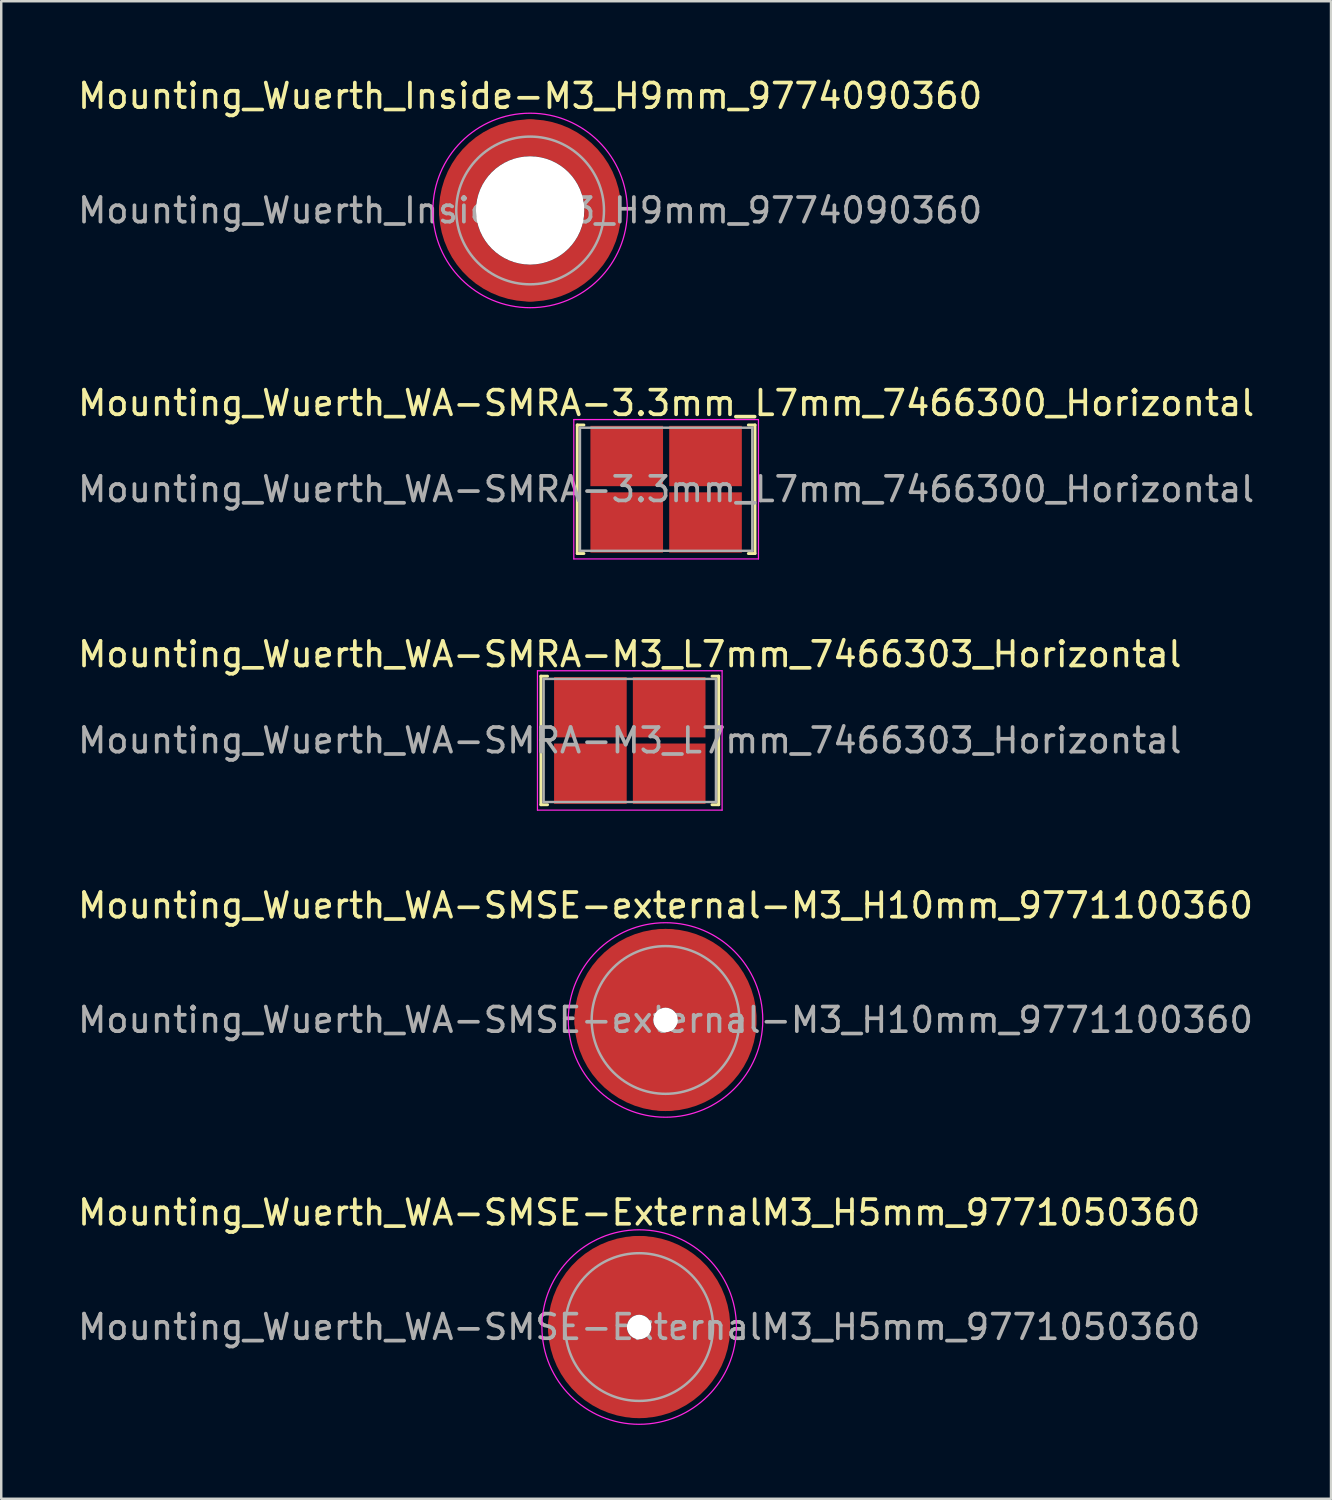
<source format=kicad_pcb>
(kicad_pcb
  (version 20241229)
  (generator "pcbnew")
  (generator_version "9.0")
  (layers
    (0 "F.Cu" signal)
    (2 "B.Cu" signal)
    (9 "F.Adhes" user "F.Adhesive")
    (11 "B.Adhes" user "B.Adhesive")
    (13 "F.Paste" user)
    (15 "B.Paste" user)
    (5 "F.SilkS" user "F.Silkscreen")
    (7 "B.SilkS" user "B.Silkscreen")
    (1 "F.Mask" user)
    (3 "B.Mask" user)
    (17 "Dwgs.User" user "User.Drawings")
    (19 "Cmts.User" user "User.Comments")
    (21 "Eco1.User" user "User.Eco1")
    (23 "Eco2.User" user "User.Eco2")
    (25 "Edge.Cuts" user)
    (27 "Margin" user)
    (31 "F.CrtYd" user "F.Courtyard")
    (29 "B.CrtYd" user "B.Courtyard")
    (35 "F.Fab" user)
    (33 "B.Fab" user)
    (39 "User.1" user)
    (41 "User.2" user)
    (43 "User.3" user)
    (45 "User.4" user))
  (footprint "Mounting_Wuerth_WA-SMRA-M3_L7mm_7466303_Horizontal"
    (layer "F.Cu")
    (at 22.53 27.025)
    (property "Reference" "Mounting_Wuerth_WA-SMRA-M3_L7mm_7466303_Horizontal" (at 0 -3.5 0) (layer "F.SilkS") (effects (font (size 1 1) (thickness 0.15))))
    (attr smd)
    (fp_line (start -3.61 -2.61) (end -3.61 2.61) (stroke (width 0.12) (type solid)) (layer "F.SilkS"))
    (fp_line (start -3.61 2.61) (end -3.34 2.61) (stroke (width 0.12) (type solid)) (layer "F.SilkS"))
    (fp_line (start -3.34 -2.61) (end -3.61 -2.61) (stroke (width 0.12) (type solid)) (layer "F.SilkS"))
    (fp_line (start 3.34 2.61) (end 3.61 2.61) (stroke (width 0.12) (type solid)) (layer "F.SilkS"))
    (fp_line (start 3.61 -2.61) (end 3.34 -2.61) (stroke (width 0.12) (type solid)) (layer "F.SilkS"))
    (fp_line (start 3.61 2.61) (end 3.61 -2.61) (stroke (width 0.12) (type solid)) (layer "F.SilkS"))
    (fp_line (start -3.75 -2.83) (end -3.75 2.83) (stroke (width 0.05) (type solid)) (layer "F.CrtYd"))
    (fp_line (start 3.75 -2.83) (end -3.75 -2.83) (stroke (width 0.05) (type solid)) (layer "F.CrtYd"))
    (fp_line (start 3.75 -2.83) (end 3.75 2.83) (stroke (width 0.05) (type solid)) (layer "F.CrtYd"))
    (fp_line (start 3.75 2.83) (end -3.75 2.83) (stroke (width 0.05) (type solid)) (layer "F.CrtYd"))
    (fp_line (start -3.5 -2.5) (end -3.5 2.5) (stroke (width 0.1) (type solid)) (layer "F.Fab"))
    (fp_line (start -3.5 2.5) (end 3.5 2.5) (stroke (width 0.1) (type solid)) (layer "F.Fab"))
    (fp_line (start 3.5 -2.5) (end -3.5 -2.5) (stroke (width 0.1) (type solid)) (layer "F.Fab"))
    (fp_line (start 3.5 2.5) (end 3.5 -2.5) (stroke (width 0.1) (type solid)) (layer "F.Fab"))
    (fp_text user "${REFERENCE}" (at 0 0 0) (layer "F.Fab") (effects (font (size 1 1) (thickness 0.15))))
    (pad "1" smd rect (at -1.6 -1.35) (size 2.95 2.45) (layers "F.Cu" "F.Mask" "F.Paste"))
    (pad "1" smd rect (at -1.6 1.35) (size 2.95 2.45) (layers "F.Cu" "F.Mask" "F.Paste"))
    (pad "1" smd rect (at 1.6 -1.35) (size 2.95 2.45) (layers "F.Cu" "F.Mask" "F.Paste"))
    (pad "1" smd rect (at 1.6 1.35) (size 2.95 2.45) (layers "F.Cu" "F.Mask" "F.Paste")))
  (footprint "Mounting_Wuerth_WA-SMSE-external-M3_H10mm_9771100360"
    (layer "F.Cu")
    (at 23.982 38.378)
    (property "Reference" "Mounting_Wuerth_WA-SMSE-external-M3_H10mm_9771100360" (at 0 -4.65 0) (layer "F.SilkS") (effects (font (size 1 1) (thickness 0.15))))
    (attr smd)
    (fp_circle (center 0 0) (end 3.95 0) (stroke (width 0.05) (type solid)) (fill no) (layer "F.CrtYd"))
    (fp_circle (center 0 0) (end 3 0) (stroke (width 0.1) (type solid)) (fill no) (layer "F.Fab"))
    (fp_text user "${REFERENCE}" (at 0 0 0) (layer "F.Fab") (effects (font (size 1 1) (thickness 0.15))))
    (pad "" smd custom (at 0 -2.1) (size 3 3) (layers "F.Paste") (options (anchor circle)) (primitives (gr_arc (start -0.429069 0.82) (mid 0 0.75) (end 0.429069 0.82) (width 1.5)) (gr_arc (start -1.664812 0.82) (mid 0 0) (end 1.664812 0.82) (width 1.5)) (gr_arc (start -2.54639 0.82) (mid 0 -0.75) (end 2.54639 0.82) (width 1.5)) (gr_line (start 0.429 0.82) (end 2.546 0.82) (width 1.5)) (gr_line (start -0.429 0.82) (end -2.546 0.82) (width 1.5))))
    (pad "" np_thru_hole circle (at 0 0) (size 1 1) (drill 1) (layers "*.Cu" "*.Mask"))
    (pad "" smd custom (at 0 2.1) (size 3 3) (layers "F.Paste") (options (anchor circle)) (primitives (gr_arc (start 0.429069 -0.82) (mid 0 -0.75) (end -0.429069 -0.82) (width 1.5)) (gr_arc (start 1.664812 -0.82) (mid 0 0) (end -1.664812 -0.82) (width 1.5)) (gr_arc (start 2.54639 -0.82) (mid 0 0.75) (end -2.54639 -0.82) (width 1.5)) (gr_line (start -0.429 -0.82) (end -2.546 -0.82) (width 1.5)) (gr_line (start 0.429 -0.82) (end 2.546 -0.82) (width 1.5))))
    (pad "1" smd circle (at -2.1 0) (size 3.2 3.2) (layers "F.Cu"))
    (pad "1" smd circle (at 0 -2.1) (size 3.2 3.2) (layers "F.Cu"))
    (pad "1" smd circle (at 0 2.1) (size 3.2 3.2) (layers "F.Cu"))
    (pad "1" smd custom (at 2.1 0) (size 3.2 3.2) (layers "F.Cu" "F.Mask") (options (anchor circle)) (primitives (gr_circle (center -2.1 0) (end 0 0) (width 3.2) (fill no)))))
  (footprint "Mounting_Wuerth_WA-SMRA-3.3mm_L7mm_7466300_Horizontal"
    (layer "F.Cu")
    (at 24.006 16.822)
    (property "Reference" "Mounting_Wuerth_WA-SMRA-3.3mm_L7mm_7466300_Horizontal" (at 0 -3.5 0) (layer "F.SilkS") (effects (font (size 1 1) (thickness 0.15))))
    (attr smd)
    (fp_line (start -3.61 -2.61) (end -3.61 2.61) (stroke (width 0.12) (type solid)) (layer "F.SilkS"))
    (fp_line (start -3.61 2.61) (end -3.34 2.61) (stroke (width 0.12) (type solid)) (layer "F.SilkS"))
    (fp_line (start -3.34 -2.61) (end -3.61 -2.61) (stroke (width 0.12) (type solid)) (layer "F.SilkS"))
    (fp_line (start 3.34 2.61) (end 3.61 2.61) (stroke (width 0.12) (type solid)) (layer "F.SilkS"))
    (fp_line (start 3.61 -2.61) (end 3.34 -2.61) (stroke (width 0.12) (type solid)) (layer "F.SilkS"))
    (fp_line (start 3.61 2.61) (end 3.61 -2.61) (stroke (width 0.12) (type solid)) (layer "F.SilkS"))
    (fp_line (start -3.75 -2.83) (end -3.75 2.83) (stroke (width 0.05) (type solid)) (layer "F.CrtYd"))
    (fp_line (start 3.75 -2.83) (end -3.75 -2.83) (stroke (width 0.05) (type solid)) (layer "F.CrtYd"))
    (fp_line (start 3.75 -2.83) (end 3.75 2.83) (stroke (width 0.05) (type solid)) (layer "F.CrtYd"))
    (fp_line (start 3.75 2.83) (end -3.75 2.83) (stroke (width 0.05) (type solid)) (layer "F.CrtYd"))
    (fp_line (start -3.5 -2.5) (end -3.5 2.5) (stroke (width 0.1) (type solid)) (layer "F.Fab"))
    (fp_line (start -3.5 2.5) (end 3.5 2.5) (stroke (width 0.1) (type solid)) (layer "F.Fab"))
    (fp_line (start 3.5 -2.5) (end -3.5 -2.5) (stroke (width 0.1) (type solid)) (layer "F.Fab"))
    (fp_line (start 3.5 2.5) (end 3.5 -2.5) (stroke (width 0.1) (type solid)) (layer "F.Fab"))
    (fp_text user "${REFERENCE}" (at 0 0 0) (layer "F.Fab") (effects (font (size 1 1) (thickness 0.15))))
    (pad "1" smd rect (at -1.6 -1.35) (size 2.95 2.45) (layers "F.Cu" "F.Mask" "F.Paste"))
    (pad "1" smd rect (at -1.6 1.35) (size 2.95 2.45) (layers "F.Cu" "F.Mask" "F.Paste"))
    (pad "1" smd rect (at 1.6 -1.35) (size 2.95 2.45) (layers "F.Cu" "F.Mask" "F.Paste"))
    (pad "1" smd rect (at 1.6 1.35) (size 2.95 2.45) (layers "F.Cu" "F.Mask" "F.Paste")))
  (footprint "Mounting_Wuerth_WA-SMSE-ExternalM3_H5mm_9771050360"
    (layer "F.Cu")
    (at 22.911 50.851)
    (property "Reference" "Mounting_Wuerth_WA-SMSE-ExternalM3_H5mm_9771050360" (at 0 -4.65 0) (layer "F.SilkS") (effects (font (size 1 1) (thickness 0.15))))
    (attr smd)
    (fp_circle (center 0 0) (end 3.95 0) (stroke (width 0.05) (type solid)) (fill no) (layer "F.CrtYd"))
    (fp_circle (center 0 0) (end 3 0) (stroke (width 0.1) (type solid)) (fill no) (layer "F.Fab"))
    (fp_text user "${REFERENCE}" (at 0 0 0) (layer "F.Fab") (effects (font (size 1 1) (thickness 0.15))))
    (pad "" smd custom (at 0 -2.1) (size 1.5 1.5) (layers "F.Paste") (options (anchor circle)) (primitives (gr_arc (start -0.305123 1.47) (mid 0 1.4) (end 0.305123 1.47) (width 0.2)) (gr_arc (start -0.493052 1.47) (mid 0 1.3) (end 0.493052 1.47) (width 0.2)) (gr_arc (start -0.642729 1.47) (mid 0 1.2) (end 0.642729 1.47) (width 0.2)) (gr_arc (start -0.776595 1.47) (mid 0 1.1) (end 0.776595 1.47) (width 0.2)) (gr_arc (start -0.901721 1.47) (mid 0 1) (end 0.901721 1.47) (width 0.2)) (gr_arc (start -1.021323 1.47) (mid 0 0.9) (end 1.021323 1.47) (width 0.2)) (gr_arc (start -1.137146 1.47) (mid 0 0.8) (end 1.137146 1.47) (width 0.2)) (gr_arc (start -1.25024 1.47) (mid 0 0.7) (end 1.25024 1.47) (width 0.2)) (gr_arc (start -1.361286 1.47) (mid 0 0.6) (end 1.361286 1.47) (width 0.2)) (gr_arc (start -1.470748 1.47) (mid 0 0.5) (end 1.470748 1.47) (width 0.2)) (gr_arc (start -1.578955 1.47) (mid 0 0.4) (end 1.578955 1.47) (width 0.2)) (gr_arc (start -1.686149 1.47) (mid 0 0.3) (end 1.686149 1.47) (width 0.2)) (gr_arc (start -1.792512 1.47) (mid 0 0.2) (end 1.792512 1.47) (width 0.2)) (gr_arc (start -1.898183 1.47) (mid 0 0.1) (end 1.898183 1.47) (width 0.2)) (gr_arc (start -2.003272 1.47) (mid 0 0) (end 2.003272 1.47) (width 0.2)) (gr_arc (start -2.107866 1.47) (mid 0 -0.1) (end 2.107866 1.47) (width 0.2)) (gr_arc (start -2.212035 1.47) (mid 0 -0.2) (end 2.212035 1.47) (width 0.2)) (gr_arc (start -2.315837 1.47) (mid 0 -0.3) (end 2.315837 1.47) (width 0.2)) (gr_arc (start -2.419318 1.47) (mid 0 -0.4) (end 2.419318 1.47) (width 0.2)) (gr_arc (start -2.522519 1.47) (mid 0 -0.5) (end 2.522519 1.47) (width 0.2)) (gr_arc (start -2.625471 1.47) (mid 0 -0.6) (end 2.625471 1.47) (width 0.2)) (gr_arc (start -2.728205 1.47) (mid 0 -0.7) (end 2.728205 1.47) (width 0.2)) (gr_arc (start -2.830742 1.47) (mid 0 -0.8) (end 2.830742 1.47) (width 0.2)) (gr_arc (start -2.933104 1.47) (mid 0 -0.9) (end 2.933104 1.47) (width 0.2)) (gr_arc (start -3.035309 1.47) (mid 0 -1) (end 3.035309 1.47) (width 0.2)) (gr_arc (start -3.137372 1.47) (mid 0 -1.1) (end 3.137372 1.47) (width 0.2)) (gr_arc (start -3.239305 1.47) (mid 0 -1.2) (end 3.239305 1.47) (width 0.2)) (gr_arc (start -3.341123 1.47) (mid 0 -1.3) (end 3.341123 1.47) (width 0.2)) (gr_arc (start -3.442833 1.47) (mid 0 -1.4) (end 3.442833 1.47) (width 0.2)) (gr_line (start 0.305 1.47) (end 3.443 1.47) (width 0.2)) (gr_line (start -0.305 1.47) (end -3.443 1.47) (width 0.2))))
    (pad "" np_thru_hole circle (at 0 0) (size 1 1) (drill 1) (layers "*.Cu" "*.Mask"))
    (pad "" smd custom (at 0 2.1) (size 1.5 1.5) (layers "F.Paste") (options (anchor circle)) (primitives (gr_arc (start 0.305123 -1.47) (mid 0 -1.4) (end -0.305123 -1.47) (width 0.2)) (gr_arc (start 0.493052 -1.47) (mid 0 -1.3) (end -0.493052 -1.47) (width 0.2)) (gr_arc (start 0.642729 -1.47) (mid 0 -1.2) (end -0.642729 -1.47) (width 0.2)) (gr_arc (start 0.776595 -1.47) (mid 0 -1.1) (end -0.776595 -1.47) (width 0.2)) (gr_arc (start 0.901721 -1.47) (mid 0 -1) (end -0.901721 -1.47) (width 0.2)) (gr_arc (start 1.021323 -1.47) (mid 0 -0.9) (end -1.021323 -1.47) (width 0.2)) (gr_arc (start 1.137146 -1.47) (mid 0 -0.8) (end -1.137146 -1.47) (width 0.2)) (gr_arc (start 1.25024 -1.47) (mid 0 -0.7) (end -1.25024 -1.47) (width 0.2)) (gr_arc (start 1.361286 -1.47) (mid 0 -0.6) (end -1.361286 -1.47) (width 0.2)) (gr_arc (start 1.470748 -1.47) (mid 0 -0.5) (end -1.470748 -1.47) (width 0.2)) (gr_arc (start 1.578955 -1.47) (mid 0 -0.4) (end -1.578955 -1.47) (width 0.2)) (gr_arc (start 1.686149 -1.47) (mid 0 -0.3) (end -1.686149 -1.47) (width 0.2)) (gr_arc (start 1.792512 -1.47) (mid 0 -0.2) (end -1.792512 -1.47) (width 0.2)) (gr_arc (start 1.898183 -1.47) (mid 0 -0.1) (end -1.898183 -1.47) (width 0.2)) (gr_arc (start 2.003272 -1.47) (mid 0 0) (end -2.003272 -1.47) (width 0.2)) (gr_arc (start 2.107866 -1.47) (mid 0 0.1) (end -2.107866 -1.47) (width 0.2)) (gr_arc (start 2.212035 -1.47) (mid 0 0.2) (end -2.212035 -1.47) (width 0.2)) (gr_arc (start 2.315837 -1.47) (mid 0 0.3) (end -2.315837 -1.47) (width 0.2)) (gr_arc (start 2.419318 -1.47) (mid 0 0.4) (end -2.419318 -1.47) (width 0.2)) (gr_arc (start 2.522519 -1.47) (mid 0 0.5) (end -2.522519 -1.47) (width 0.2)) (gr_arc (start 2.625471 -1.47) (mid 0 0.6) (end -2.625471 -1.47) (width 0.2)) (gr_arc (start 2.728205 -1.47) (mid 0 0.7) (end -2.728205 -1.47) (width 0.2)) (gr_arc (start 2.830742 -1.47) (mid 0 0.8) (end -2.830742 -1.47) (width 0.2)) (gr_arc (start 2.933104 -1.47) (mid 0 0.9) (end -2.933104 -1.47) (width 0.2)) (gr_arc (start 3.035309 -1.47) (mid 0 1) (end -3.035309 -1.47) (width 0.2)) (gr_arc (start 3.137372 -1.47) (mid 0 1.1) (end -3.137372 -1.47) (width 0.2)) (gr_arc (start 3.239305 -1.47) (mid 0 1.2) (end -3.239305 -1.47) (width 0.2)) (gr_arc (start 3.341123 -1.47) (mid 0 1.3) (end -3.341123 -1.47) (width 0.2)) (gr_arc (start 3.442833 -1.47) (mid 0 1.4) (end -3.442833 -1.47) (width 0.2)) (gr_line (start -0.305 -1.47) (end -3.443 -1.47) (width 0.2)) (gr_line (start 0.305 -1.47) (end 3.443 -1.47) (width 0.2))))
    (pad "1" smd circle (at -2.1 0) (size 3.2 3.2) (layers "F.Cu"))
    (pad "1" smd circle (at 0 -2.1) (size 3.2 3.2) (layers "F.Cu"))
    (pad "1" smd circle (at 0 2.1) (size 3.2 3.2) (layers "F.Cu"))
    (pad "1" smd custom (at 2.1 0) (size 3.2 3.2) (layers "F.Cu" "F.Mask") (options (anchor circle)) (primitives (gr_circle (center -2.1 0) (end 0 0) (width 3.2) (fill no)))))
  (footprint "Mounting_Wuerth_Inside-M3_H9mm_9774090360"
    (layer "F.Cu")
    (at 18.482 5.498)
    (property "Reference" "Mounting_Wuerth_Inside-M3_H9mm_9774090360" (at 0 -4.65 0) (layer "F.SilkS") (effects (font (size 1 1) (thickness 0.15))))
    (attr smd)
    (fp_circle (center 0 0) (end 3.95 0) (stroke (width 0.05) (type solid)) (fill no) (layer "F.CrtYd"))
    (fp_circle (center 0 0) (end 3 0) (stroke (width 0.1) (type solid)) (fill no) (layer "F.Fab"))
    (fp_text user "${REFERENCE}" (at 0 0 0) (layer "F.Fab") (effects (font (size 1 1) (thickness 0.15))))
    (pad "" smd custom (at -2.058 -2.058) (size 1.1 1.1) (layers "F.Paste") (options (anchor circle)) (primitives (gr_arc (start -0.524489 1.532681) (mid 0.194454 0.194454) (end 1.532681 -0.524489) (width 0.55)) (gr_arc (start -0.804569 1.532681) (mid 0 0) (end 1.532681 -0.804569) (width 0.55)) (gr_arc (start -1.083752 1.532681) (mid -0.194454 -0.194454) (end 1.532681 -1.083752) (width 0.55)) (gr_line (start 1.533 -0.524) (end 1.533 -1.084) (width 0.55)) (gr_line (start -0.524 1.533) (end -1.084 1.533) (width 0.55))))
    (pad "" smd custom (at -2.058 2.058) (size 1.1 1.1) (layers "F.Paste") (options (anchor circle)) (primitives (gr_arc (start 1.532681 0.524489) (mid 0.194454 -0.194454) (end -0.524489 -1.532681) (width 0.55)) (gr_arc (start 1.532681 0.804569) (mid 0 0) (end -0.804569 -1.532681) (width 0.55)) (gr_arc (start 1.532681 1.083752) (mid -0.194454 0.194454) (end -1.083752 -1.532681) (width 0.55)) (gr_line (start -0.524 -1.533) (end -1.084 -1.533) (width 0.55)) (gr_line (start 1.533 0.524) (end 1.533 1.084) (width 0.55))))
    (pad "" np_thru_hole circle (at 0 0) (size 4.4 4.4) (drill 4.4) (layers "*.Cu" "*.Mask"))
    (pad "" smd custom (at 2.058 -2.058) (size 1.1 1.1) (layers "F.Paste") (options (anchor circle)) (primitives (gr_arc (start -1.532681 -0.524489) (mid -0.194454 0.194454) (end 0.524489 1.532681) (width 0.55)) (gr_arc (start -1.532681 -0.804569) (mid 0 0) (end 0.804569 1.532681) (width 0.55)) (gr_arc (start -1.532681 -1.083752) (mid 0.194454 -0.194454) (end 1.083752 1.532681) (width 0.55)) (gr_line (start 0.524 1.533) (end 1.084 1.533) (width 0.55)) (gr_line (start -1.533 -0.524) (end -1.533 -1.084) (width 0.55))))
    (pad "" smd custom (at 2.058 2.058) (size 1.1 1.1) (layers "F.Paste") (options (anchor circle)) (primitives (gr_arc (start 0.524489 -1.532681) (mid -0.194454 -0.194454) (end -1.532681 0.524489) (width 0.55)) (gr_arc (start 0.804569 -1.532681) (mid 0 0) (end -1.532681 0.804569) (width 0.55)) (gr_arc (start 1.083752 -1.532681) (mid 0.194454 0.194454) (end -1.532681 1.083752) (width 0.55)) (gr_line (start -1.533 0.524) (end -1.533 1.084) (width 0.55)) (gr_line (start 0.524 -1.533) (end 1.084 -1.533) (width 0.55))))
    (pad "1" smd circle (at -2.95 0) (size 1.5 1.5) (layers "F.Cu"))
    (pad "1" smd circle (at 0 -2.95) (size 1.5 1.5) (layers "F.Cu"))
    (pad "1" smd circle (at 0 2.95) (size 1.5 1.5) (layers "F.Cu"))
    (pad "1" smd custom (at 2.95 0) (size 1.5 1.5) (layers "F.Cu" "F.Mask") (options (anchor circle)) (primitives (gr_circle (center -2.95 0) (end 0 0) (width 1.5) (fill no)))))
  (gr_rect
    (start -3 -3)
    (end 51.012 57.826)
    (stroke (width 0.1) (type default))
    (fill no)
    (layer "Edge.Cuts")))
</source>
